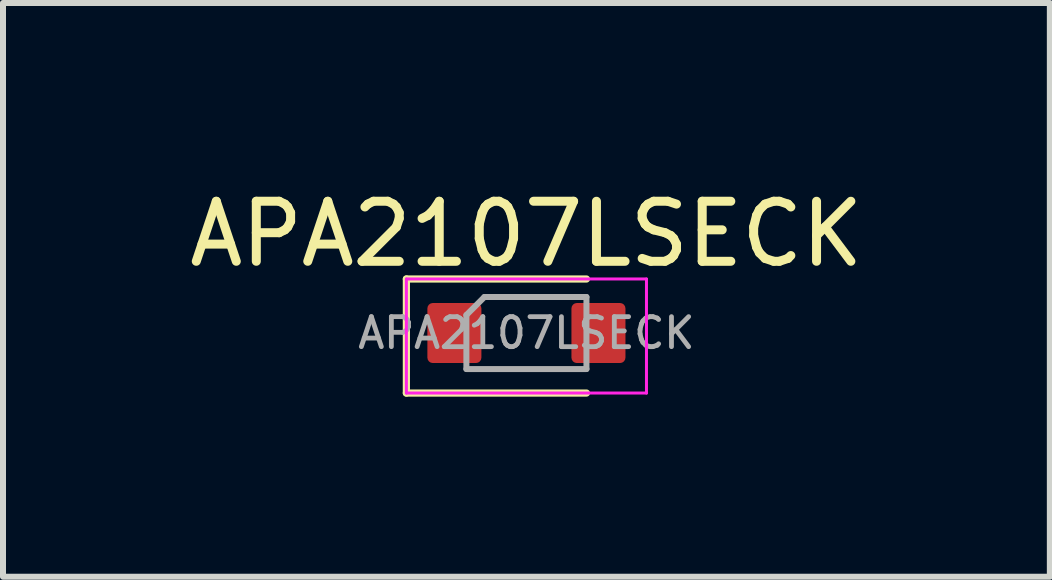
<source format=kicad_pcb>
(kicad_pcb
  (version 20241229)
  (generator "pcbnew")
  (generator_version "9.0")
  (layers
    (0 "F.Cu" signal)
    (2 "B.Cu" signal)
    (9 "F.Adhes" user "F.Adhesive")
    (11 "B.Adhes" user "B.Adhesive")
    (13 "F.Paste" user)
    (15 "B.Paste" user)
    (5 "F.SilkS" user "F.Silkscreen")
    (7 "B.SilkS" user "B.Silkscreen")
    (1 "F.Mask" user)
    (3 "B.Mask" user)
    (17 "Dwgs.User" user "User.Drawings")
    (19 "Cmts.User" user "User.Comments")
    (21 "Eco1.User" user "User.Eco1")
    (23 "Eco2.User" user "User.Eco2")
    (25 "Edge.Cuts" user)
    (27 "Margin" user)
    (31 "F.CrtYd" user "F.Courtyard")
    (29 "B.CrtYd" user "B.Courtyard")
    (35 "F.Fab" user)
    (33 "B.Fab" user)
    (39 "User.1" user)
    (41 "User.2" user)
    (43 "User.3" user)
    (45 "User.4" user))
  (footprint "APA2107LSECK"
    (layer "F.Cu")
    (at 5.72 2.498)
    (property "Reference" "APA2107LSECK" (at 0 -1.65 0) (layer "F.SilkS") (effects (font (size 1 1) (thickness 0.15))))
    (attr smd)
    (fp_line (start -2 -0.9) (end -2 1) (stroke (width 0.12) (type solid)) (layer "F.SilkS"))
    (fp_line (start -2 1) (end 1 1) (stroke (width 0.12) (type solid)) (layer "F.SilkS"))
    (fp_line (start 1 -0.9) (end -2 -0.9) (stroke (width 0.12) (type solid)) (layer "F.SilkS"))
    (fp_line (start -2 -0.9) (end 2 -0.9) (stroke (width 0.05) (type solid)) (layer "F.CrtYd"))
    (fp_line (start -2 1) (end -2 -0.9) (stroke (width 0.05) (type solid)) (layer "F.CrtYd"))
    (fp_line (start 2 -0.9) (end 2 1) (stroke (width 0.05) (type solid)) (layer "F.CrtYd"))
    (fp_line (start 2 1) (end -2 1) (stroke (width 0.05) (type solid)) (layer "F.CrtYd"))
    (fp_line (start -1 -0.3) (end -1 0.6) (stroke (width 0.1) (type solid)) (layer "F.Fab"))
    (fp_line (start -1 0.6) (end 1 0.6) (stroke (width 0.1) (type solid)) (layer "F.Fab"))
    (fp_line (start -0.7 -0.6) (end -1 -0.3) (stroke (width 0.1) (type solid)) (layer "F.Fab"))
    (fp_line (start 1 -0.6) (end -0.7 -0.6) (stroke (width 0.1) (type solid)) (layer "F.Fab"))
    (fp_line (start 1 0.6) (end 1 -0.6) (stroke (width 0.1) (type solid)) (layer "F.Fab"))
    (fp_text user "${REFERENCE}" (at 0 0 0) (layer "F.Fab") (effects (font (size 0.5 0.5) (thickness 0.08))))
    (pad "1" smd roundrect (at -1.2 0) (size 0.9 1) (layers "F.Cu" "F.Mask" "F.Paste") (roundrect_rratio 0.1))
    (pad "2" smd roundrect (at 1.2 0) (size 0.9 1) (layers "F.Cu" "F.Mask" "F.Paste") (roundrect_rratio 0.1)))
  (gr_rect
    (start -3 -3)
    (end 14.44 6.558)
    (stroke (width 0.1) (type default))
    (fill no)
    (layer "Edge.Cuts")))
</source>
